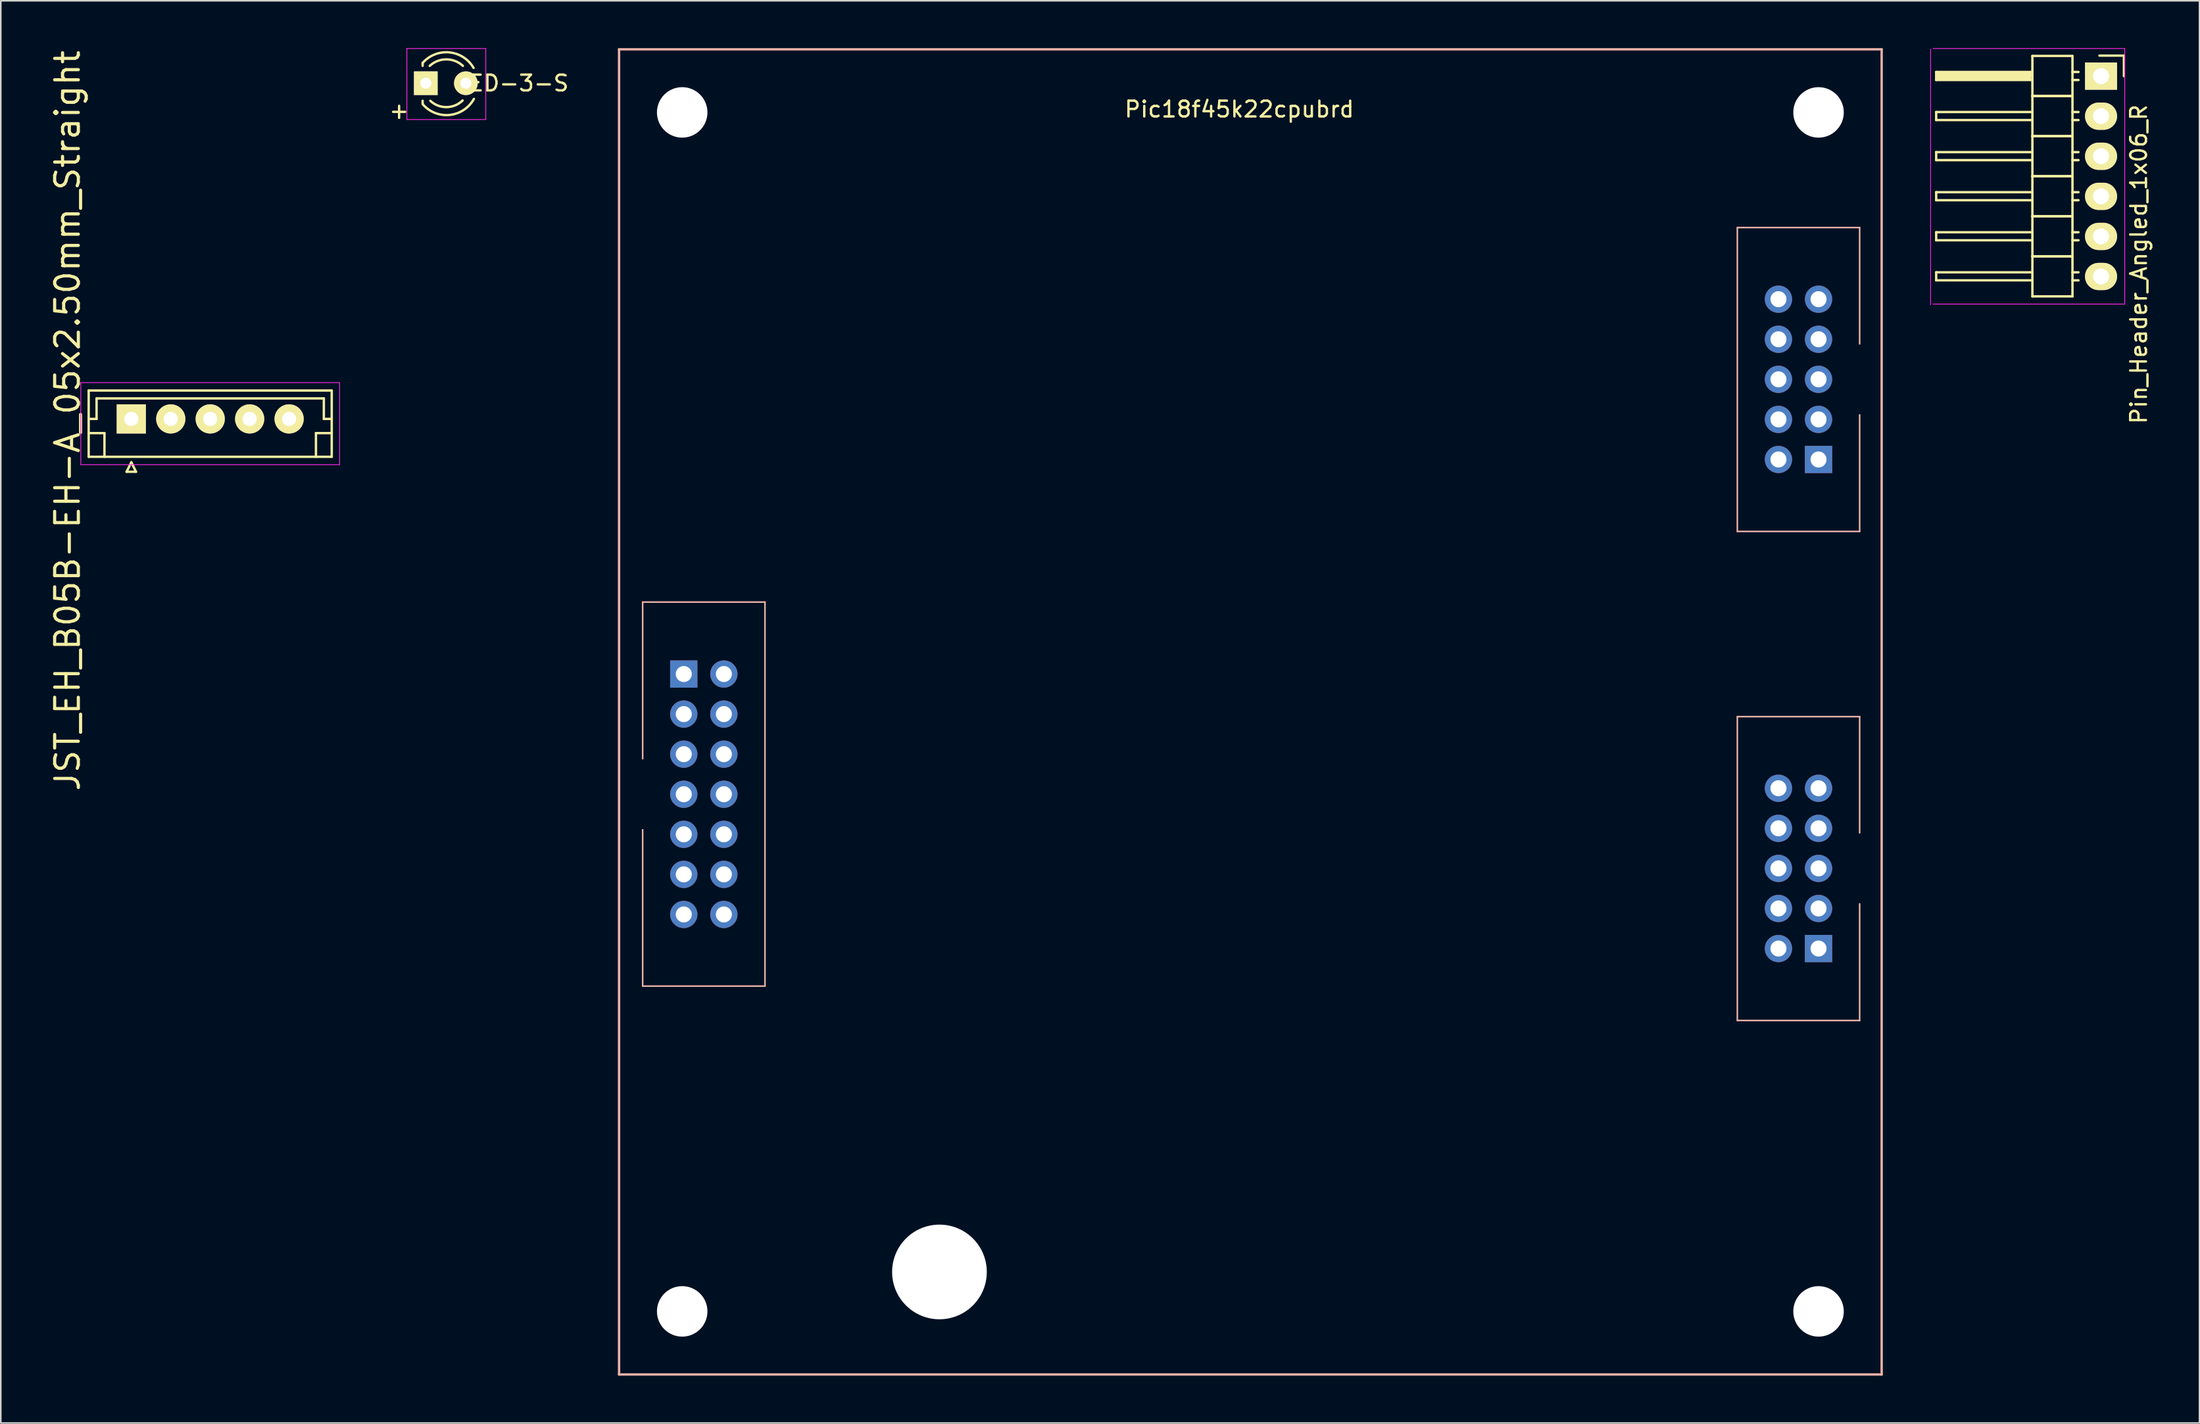
<source format=kicad_pcb>
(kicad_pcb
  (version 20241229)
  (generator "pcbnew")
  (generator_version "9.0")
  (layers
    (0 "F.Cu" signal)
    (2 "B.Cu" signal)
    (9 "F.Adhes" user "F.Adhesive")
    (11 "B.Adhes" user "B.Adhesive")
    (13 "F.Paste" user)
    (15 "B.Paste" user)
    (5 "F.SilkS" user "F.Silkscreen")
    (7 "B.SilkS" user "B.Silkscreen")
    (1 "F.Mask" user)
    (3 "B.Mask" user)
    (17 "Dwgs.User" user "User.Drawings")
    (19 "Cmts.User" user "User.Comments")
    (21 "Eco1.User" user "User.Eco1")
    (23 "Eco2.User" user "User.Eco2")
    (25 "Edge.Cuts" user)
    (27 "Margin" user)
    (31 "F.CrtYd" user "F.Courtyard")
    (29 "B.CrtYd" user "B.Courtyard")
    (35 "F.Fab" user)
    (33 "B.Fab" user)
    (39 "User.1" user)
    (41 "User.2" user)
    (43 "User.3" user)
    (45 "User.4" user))
  (footprint "Pin_Header_Angled_1x06_R"
    (layer "F.Cu")
    (at 130.075 1.775)
    (property "Reference" "Pin_Header_Angled_1x06_R" (at 2.39 11.92 90) (layer "F.SilkS") (effects (font (size 1 1) (thickness 0.15))))
    (attr through_hole)
    (fp_line (start -10.446 -0.263) (end -4.35 -0.263) (stroke (width 0.15) (type solid)) (layer "F.SilkS"))
    (fp_line (start -10.446 0.245) (end -10.446 -0.263) (stroke (width 0.15) (type solid)) (layer "F.SilkS"))
    (fp_line (start -10.446 2.277) (end -4.35 2.277) (stroke (width 0.15) (type solid)) (layer "F.SilkS"))
    (fp_line (start -10.446 2.785) (end -10.446 2.277) (stroke (width 0.15) (type solid)) (layer "F.SilkS"))
    (fp_line (start -10.446 4.817) (end -4.35 4.817) (stroke (width 0.15) (type solid)) (layer "F.SilkS"))
    (fp_line (start -10.446 5.325) (end -10.446 4.817) (stroke (width 0.15) (type solid)) (layer "F.SilkS"))
    (fp_line (start -10.446 7.357) (end -4.35 7.357) (stroke (width 0.15) (type solid)) (layer "F.SilkS"))
    (fp_line (start -10.446 7.865) (end -10.446 7.357) (stroke (width 0.15) (type solid)) (layer "F.SilkS"))
    (fp_line (start -10.446 9.897) (end -4.35 9.897) (stroke (width 0.15) (type solid)) (layer "F.SilkS"))
    (fp_line (start -10.446 10.405) (end -10.446 9.897) (stroke (width 0.15) (type solid)) (layer "F.SilkS"))
    (fp_line (start -10.446 12.437) (end -4.35 12.437) (stroke (width 0.15) (type solid)) (layer "F.SilkS"))
    (fp_line (start -10.446 12.945) (end -10.446 12.437) (stroke (width 0.15) (type solid)) (layer "F.SilkS"))
    (fp_line (start -10.319 -0.136) (end -4.477 -0.136) (stroke (width 0.15) (type solid)) (layer "F.SilkS"))
    (fp_line (start -10.319 0.118) (end -10.319 -0.136) (stroke (width 0.15) (type solid)) (layer "F.SilkS"))
    (fp_line (start -4.477 -0.136) (end -4.477 -0.009) (stroke (width 0.15) (type solid)) (layer "F.SilkS"))
    (fp_line (start -4.477 -0.009) (end -10.319 -0.009) (stroke (width 0.15) (type solid)) (layer "F.SilkS"))
    (fp_line (start -4.477 0.118) (end -10.319 0.118) (stroke (width 0.15) (type solid)) (layer "F.SilkS"))
    (fp_line (start -4.35 -1.279) (end -4.35 1.261) (stroke (width 0.15) (type solid)) (layer "F.SilkS"))
    (fp_line (start -4.35 0.245) (end -10.446 0.245) (stroke (width 0.15) (type solid)) (layer "F.SilkS"))
    (fp_line (start -4.35 1.261) (end -4.35 3.801) (stroke (width 0.15) (type solid)) (layer "F.SilkS"))
    (fp_line (start -4.35 2.785) (end -10.446 2.785) (stroke (width 0.15) (type solid)) (layer "F.SilkS"))
    (fp_line (start -4.35 3.801) (end -4.35 6.341) (stroke (width 0.15) (type solid)) (layer "F.SilkS"))
    (fp_line (start -4.35 5.325) (end -10.446 5.325) (stroke (width 0.15) (type solid)) (layer "F.SilkS"))
    (fp_line (start -4.35 6.341) (end -4.35 8.881) (stroke (width 0.15) (type solid)) (layer "F.SilkS"))
    (fp_line (start -4.35 7.865) (end -10.446 7.865) (stroke (width 0.15) (type solid)) (layer "F.SilkS"))
    (fp_line (start -4.35 8.881) (end -4.35 11.421) (stroke (width 0.15) (type solid)) (layer "F.SilkS"))
    (fp_line (start -4.35 10.405) (end -10.446 10.405) (stroke (width 0.15) (type solid)) (layer "F.SilkS"))
    (fp_line (start -4.35 11.421) (end -4.35 13.961) (stroke (width 0.15) (type solid)) (layer "F.SilkS"))
    (fp_line (start -4.35 12.945) (end -10.446 12.945) (stroke (width 0.15) (type solid)) (layer "F.SilkS"))
    (fp_line (start -1.81 -1.279) (end -4.35 -1.279) (stroke (width 0.15) (type solid)) (layer "F.SilkS"))
    (fp_line (start -1.81 -0.263) (end -1.429 -0.263) (stroke (width 0.15) (type solid)) (layer "F.SilkS"))
    (fp_line (start -1.81 0.245) (end -1.429 0.245) (stroke (width 0.15) (type solid)) (layer "F.SilkS"))
    (fp_line (start -1.81 1.261) (end -4.35 1.261) (stroke (width 0.15) (type solid)) (layer "F.SilkS"))
    (fp_line (start -1.81 1.261) (end -4.35 1.261) (stroke (width 0.15) (type solid)) (layer "F.SilkS"))
    (fp_line (start -1.81 1.261) (end -1.81 -1.279) (stroke (width 0.15) (type solid)) (layer "F.SilkS"))
    (fp_line (start -1.81 2.277) (end -1.429 2.277) (stroke (width 0.15) (type solid)) (layer "F.SilkS"))
    (fp_line (start -1.81 2.785) (end -1.429 2.785) (stroke (width 0.15) (type solid)) (layer "F.SilkS"))
    (fp_line (start -1.81 3.801) (end -4.35 3.801) (stroke (width 0.15) (type solid)) (layer "F.SilkS"))
    (fp_line (start -1.81 3.801) (end -4.35 3.801) (stroke (width 0.15) (type solid)) (layer "F.SilkS"))
    (fp_line (start -1.81 3.801) (end -1.81 1.261) (stroke (width 0.15) (type solid)) (layer "F.SilkS"))
    (fp_line (start -1.81 4.817) (end -1.429 4.817) (stroke (width 0.15) (type solid)) (layer "F.SilkS"))
    (fp_line (start -1.81 5.325) (end -1.429 5.325) (stroke (width 0.15) (type solid)) (layer "F.SilkS"))
    (fp_line (start -1.81 6.341) (end -4.35 6.341) (stroke (width 0.15) (type solid)) (layer "F.SilkS"))
    (fp_line (start -1.81 6.341) (end -4.35 6.341) (stroke (width 0.15) (type solid)) (layer "F.SilkS"))
    (fp_line (start -1.81 6.341) (end -1.81 3.801) (stroke (width 0.15) (type solid)) (layer "F.SilkS"))
    (fp_line (start -1.81 7.357) (end -1.429 7.357) (stroke (width 0.15) (type solid)) (layer "F.SilkS"))
    (fp_line (start -1.81 7.865) (end -1.429 7.865) (stroke (width 0.15) (type solid)) (layer "F.SilkS"))
    (fp_line (start -1.81 8.881) (end -4.35 8.881) (stroke (width 0.15) (type solid)) (layer "F.SilkS"))
    (fp_line (start -1.81 8.881) (end -4.35 8.881) (stroke (width 0.15) (type solid)) (layer "F.SilkS"))
    (fp_line (start -1.81 8.881) (end -1.81 6.341) (stroke (width 0.15) (type solid)) (layer "F.SilkS"))
    (fp_line (start -1.81 9.897) (end -1.429 9.897) (stroke (width 0.15) (type solid)) (layer "F.SilkS"))
    (fp_line (start -1.81 10.405) (end -1.429 10.405) (stroke (width 0.15) (type solid)) (layer "F.SilkS"))
    (fp_line (start -1.81 11.421) (end -4.35 11.421) (stroke (width 0.15) (type solid)) (layer "F.SilkS"))
    (fp_line (start -1.81 11.421) (end -4.35 11.421) (stroke (width 0.15) (type solid)) (layer "F.SilkS"))
    (fp_line (start -1.81 11.421) (end -1.81 8.881) (stroke (width 0.15) (type solid)) (layer "F.SilkS"))
    (fp_line (start -1.81 12.437) (end -1.429 12.437) (stroke (width 0.15) (type solid)) (layer "F.SilkS"))
    (fp_line (start -1.81 12.945) (end -1.429 12.945) (stroke (width 0.15) (type solid)) (layer "F.SilkS"))
    (fp_line (start -1.81 13.961) (end -4.35 13.961) (stroke (width 0.15) (type solid)) (layer "F.SilkS"))
    (fp_line (start -1.81 13.961) (end -1.81 11.421) (stroke (width 0.15) (type solid)) (layer "F.SilkS"))
    (fp_line (start 1.45 -1.3) (end -0.1 -1.3) (stroke (width 0.15) (type solid)) (layer "F.SilkS"))
    (fp_line (start 1.45 0) (end 1.45 -1.3) (stroke (width 0.15) (type solid)) (layer "F.SilkS"))
    (fp_line (start -10.8 14.5) (end -10.8 -1.7) (stroke (width 0.05) (type solid)) (layer "F.CrtYd"))
    (fp_line (start 1.5 -1.75) (end -10.65 -1.75) (stroke (width 0.05) (type solid)) (layer "F.CrtYd"))
    (fp_line (start 1.5 14.45) (end -10.65 14.45) (stroke (width 0.05) (type solid)) (layer "F.CrtYd"))
    (fp_line (start 1.5 14.45) (end 1.5 -1.75) (stroke (width 0.05) (type solid)) (layer "F.CrtYd"))
    (pad "1" thru_hole rect (at 0 0) (size 2.032 1.727) (drill 1.016) (layers "*.Cu" "*.Mask" "F.SilkS"))
    (pad "2" thru_hole oval (at 0 2.54) (size 2.032 1.727) (drill 1.016) (layers "*.Cu" "*.Mask" "F.SilkS"))
    (pad "3" thru_hole oval (at 0 5.08) (size 2.032 1.727) (drill 1.016) (layers "*.Cu" "*.Mask" "F.SilkS"))
    (pad "4" thru_hole oval (at 0 7.62) (size 2.032 1.727) (drill 1.016) (layers "*.Cu" "*.Mask" "F.SilkS"))
    (pad "5" thru_hole oval (at 0 10.16) (size 2.032 1.727) (drill 1.016) (layers "*.Cu" "*.Mask" "F.SilkS"))
    (pad "6" thru_hole oval (at 0 12.7) (size 2.032 1.727) (drill 1.016) (layers "*.Cu" "*.Mask" "F.SilkS")))
  (footprint "LED-3-S"
    (layer "F.Cu")
    (at 23.928 2.225)
    (property "Reference" "LED-3-S" (at 5.5 0 0) (layer "F.SilkS") (effects (font (size 1 1) (thickness 0.15))))
    (attr through_hole)
    (fp_line (start -0.199 -1.28) (end -0.199 -1.1) (stroke (width 0.15) (type solid)) (layer "F.SilkS"))
    (fp_line (start -0.199 1.314) (end -0.199 1.114) (stroke (width 0.15) (type solid)) (layer "F.SilkS"))
    (fp_arc (start -0.199 -1.286) (mid 1.495903 -1.954571) (end 3.028744 -0.969643) (stroke (width 0.15) (type solid)) (layer "F.SilkS"))
    (fp_arc (start 0.25 -1.1) (mid 1.301686 -1.512142) (end 2.353005 -1.099067) (stroke (width 0.15) (type solid)) (layer "F.SilkS"))
    (fp_arc (start 2.335 1.094) (mid 1.31492 1.51473) (end 0.287111 1.113252) (stroke (width 0.15) (type solid)) (layer "F.SilkS"))
    (fp_arc (start 3.051 0.994) (mid 1.522637 2.009958) (end -0.18622 1.340726) (stroke (width 0.15) (type solid)) (layer "F.SilkS"))
    (fp_line (start -1.2 -2.2) (end -1.2 2.3) (stroke (width 0.05) (type solid)) (layer "F.CrtYd"))
    (fp_line (start -1.2 2.3) (end 3.8 2.3) (stroke (width 0.05) (type solid)) (layer "F.CrtYd"))
    (fp_line (start 3.8 -2.2) (end -1.2 -2.2) (stroke (width 0.05) (type solid)) (layer "F.CrtYd"))
    (fp_line (start 3.8 2.3) (end 3.8 -2.2) (stroke (width 0.05) (type solid)) (layer "F.CrtYd"))
    (fp_text user "+" (at -1.69 1.74 0) (layer "F.SilkS") (effects (font (size 1 1) (thickness 0.15))))
    (pad "1" thru_hole rect (at 0 0 90) (size 1.5 1.5) (drill 0.7) (layers "*.Cu" "*.Mask" "F.SilkS"))
    (pad "2" thru_hole circle (at 2.54 0) (size 1.5 1.5) (drill 0.7) (layers "*.Cu" "*.Mask" "F.SilkS")))
  (footprint "Pic18f45k22cpubrd"
    (layer "F.Cu")
    (at 40.175 4.075)
    (property "Reference" "Pic18f45k22cpubrd" (at 35.3 -0.2 180) (layer "F.SilkS") (effects (font (size 1 1) (thickness 0.15))))
    (attr through_hole)
    (fp_line (start -4 -4) (end -4 80) (stroke (width 0.15) (type solid)) (layer "B.SilkS"))
    (fp_line (start -4 80) (end 76 80) (stroke (width 0.15) (type solid)) (layer "B.SilkS"))
    (fp_line (start -2.505 31.04) (end -2.505 40.97) (stroke (width 0.1) (type solid)) (layer "B.SilkS"))
    (fp_line (start -2.505 45.47) (end -2.505 55.38) (stroke (width 0.1) (type solid)) (layer "B.SilkS"))
    (fp_line (start 5.245 31.04) (end -2.505 31.04) (stroke (width 0.1) (type solid)) (layer "B.SilkS"))
    (fp_line (start 5.245 31.04) (end 5.245 55.38) (stroke (width 0.1) (type solid)) (layer "B.SilkS"))
    (fp_line (start 5.245 55.38) (end -2.505 55.38) (stroke (width 0.1) (type solid)) (layer "B.SilkS"))
    (fp_line (start 66.855 7.3) (end 74.605 7.3) (stroke (width 0.1) (type solid)) (layer "B.SilkS"))
    (fp_line (start 66.855 26.56) (end 66.855 7.3) (stroke (width 0.1) (type solid)) (layer "B.SilkS"))
    (fp_line (start 66.855 26.56) (end 74.605 26.56) (stroke (width 0.1) (type solid)) (layer "B.SilkS"))
    (fp_line (start 66.855 38.3) (end 74.605 38.3) (stroke (width 0.1) (type solid)) (layer "B.SilkS"))
    (fp_line (start 66.855 57.56) (end 66.855 38.3) (stroke (width 0.1) (type solid)) (layer "B.SilkS"))
    (fp_line (start 66.855 57.56) (end 74.605 57.56) (stroke (width 0.1) (type solid)) (layer "B.SilkS"))
    (fp_line (start 74.605 14.67) (end 74.605 7.3) (stroke (width 0.1) (type solid)) (layer "B.SilkS"))
    (fp_line (start 74.605 26.56) (end 74.605 19.17) (stroke (width 0.1) (type solid)) (layer "B.SilkS"))
    (fp_line (start 74.605 45.67) (end 74.605 38.3) (stroke (width 0.1) (type solid)) (layer "B.SilkS"))
    (fp_line (start 74.605 57.56) (end 74.605 50.17) (stroke (width 0.1) (type solid)) (layer "B.SilkS"))
    (fp_line (start 76 -4) (end -4 -4) (stroke (width 0.15) (type solid)) (layer "B.SilkS"))
    (fp_line (start 76 80) (end 76 -4) (stroke (width 0.15) (type solid)) (layer "B.SilkS"))
    (pad "" np_thru_hole circle (at 0 0) (size 3.2 3.2) (drill 3.2) (layers "*.Cu" "*.Mask"))
    (pad "" np_thru_hole circle (at 0 76) (size 3.2 3.2) (drill 3.2) (layers "*.Cu" "*.Mask"))
    (pad "" np_thru_hole circle (at 16.3 73.5) (size 6 6) (drill 6) (layers "*.Cu" "*.Mask"))
    (pad "" np_thru_hole circle (at 72 0) (size 3.2 3.2) (drill 3.2) (layers "*.Cu" "*.Mask"))
    (pad "" np_thru_hole circle (at 72 76) (size 3.2 3.2) (drill 3.2) (layers "*.Cu" "*.Mask"))
    (pad "1" thru_hole rect (at 72 22 180) (size 1.727 1.727) (drill 1.016) (layers "*.Cu" "*.Mask"))
    (pad "2" thru_hole oval (at 69.46 22 180) (size 1.727 1.727) (drill 1.016) (layers "*.Cu" "*.Mask"))
    (pad "3" thru_hole oval (at 72 19.46 180) (size 1.727 1.727) (drill 1.016) (layers "*.Cu" "*.Mask"))
    (pad "4" thru_hole oval (at 69.46 19.46 180) (size 1.727 1.727) (drill 1.016) (layers "*.Cu" "*.Mask"))
    (pad "5" thru_hole oval (at 72 16.92 180) (size 1.727 1.727) (drill 1.016) (layers "*.Cu" "*.Mask"))
    (pad "6" thru_hole oval (at 69.46 16.92 180) (size 1.727 1.727) (drill 1.016) (layers "*.Cu" "*.Mask"))
    (pad "7" thru_hole oval (at 72 14.38 180) (size 1.727 1.727) (drill 1.016) (layers "*.Cu" "*.Mask"))
    (pad "8" thru_hole oval (at 69.46 14.38 180) (size 1.727 1.727) (drill 1.016) (layers "*.Cu" "*.Mask"))
    (pad "9" thru_hole oval (at 72 11.84 180) (size 1.727 1.727) (drill 1.016) (layers "*.Cu" "*.Mask"))
    (pad "10" thru_hole oval (at 69.46 11.84 180) (size 1.727 1.727) (drill 1.016) (layers "*.Cu" "*.Mask"))
    (pad "11" thru_hole rect (at 72 53 180) (size 1.727 1.727) (drill 1.016) (layers "*.Cu" "*.Mask"))
    (pad "12" thru_hole oval (at 69.46 53 180) (size 1.727 1.727) (drill 1.016) (layers "*.Cu" "*.Mask"))
    (pad "13" thru_hole oval (at 72 50.46 180) (size 1.727 1.727) (drill 1.016) (layers "*.Cu" "*.Mask"))
    (pad "14" thru_hole oval (at 69.46 50.46 180) (size 1.727 1.727) (drill 1.016) (layers "*.Cu" "*.Mask"))
    (pad "15" thru_hole oval (at 72 47.92 180) (size 1.727 1.727) (drill 1.016) (layers "*.Cu" "*.Mask"))
    (pad "16" thru_hole oval (at 69.46 47.92 180) (size 1.727 1.727) (drill 1.016) (layers "*.Cu" "*.Mask"))
    (pad "17" thru_hole oval (at 72 45.38 180) (size 1.727 1.727) (drill 1.016) (layers "*.Cu" "*.Mask"))
    (pad "18" thru_hole oval (at 69.46 45.38 180) (size 1.727 1.727) (drill 1.016) (layers "*.Cu" "*.Mask"))
    (pad "19" thru_hole oval (at 72 42.84 180) (size 1.727 1.727) (drill 1.016) (layers "*.Cu" "*.Mask"))
    (pad "20" thru_hole oval (at 69.46 42.84 180) (size 1.727 1.727) (drill 1.016) (layers "*.Cu" "*.Mask"))
    (pad "21" thru_hole rect (at 0.1 35.6) (size 1.727 1.727) (drill 1.016) (layers "*.Cu" "*.Mask"))
    (pad "22" thru_hole oval (at 2.64 35.6) (size 1.727 1.727) (drill 1.016) (layers "*.Cu" "*.Mask"))
    (pad "23" thru_hole oval (at 0.1 38.14) (size 1.727 1.727) (drill 1.016) (layers "*.Cu" "*.Mask"))
    (pad "24" thru_hole oval (at 2.64 38.14) (size 1.727 1.727) (drill 1.016) (layers "*.Cu" "*.Mask"))
    (pad "25" thru_hole oval (at 0.1 40.68) (size 1.727 1.727) (drill 1.016) (layers "*.Cu" "*.Mask"))
    (pad "26" thru_hole oval (at 2.64 40.68) (size 1.727 1.727) (drill 1.016) (layers "*.Cu" "*.Mask"))
    (pad "27" thru_hole oval (at 0.1 43.22) (size 1.727 1.727) (drill 1.016) (layers "*.Cu" "*.Mask"))
    (pad "28" thru_hole oval (at 2.64 43.22) (size 1.727 1.727) (drill 1.016) (layers "*.Cu" "*.Mask"))
    (pad "29" thru_hole oval (at 0.1 45.76) (size 1.727 1.727) (drill 1.016) (layers "*.Cu" "*.Mask"))
    (pad "30" thru_hole oval (at 2.64 45.76) (size 1.727 1.727) (drill 1.016) (layers "*.Cu" "*.Mask"))
    (pad "31" thru_hole oval (at 0.1 48.3) (size 1.727 1.727) (drill 1.016) (layers "*.Cu" "*.Mask"))
    (pad "32" thru_hole oval (at 2.64 48.3) (size 1.727 1.727) (drill 1.016) (layers "*.Cu" "*.Mask"))
    (pad "33" thru_hole oval (at 0.1 50.84) (size 1.727 1.727) (drill 1.016) (layers "*.Cu" "*.Mask"))
    (pad "34" thru_hole oval (at 2.64 50.84) (size 1.727 1.727) (drill 1.016) (layers "*.Cu" "*.Mask")))
  (footprint "JST_EH_B05B-EH-A_05x2.50mm_Straight"
    (layer "F.Cu")
    (at 5.269 23.504)
    (property "Reference" "JST_EH_B05B-EH-A_05x2.50mm_Straight" (at -4.04 0.11 90) (layer "F.SilkS") (effects (font (size 1.5 1.5) (thickness 0.2))))
    (attr through_hole)
    (fp_line (start -2.7 -1.8) (end -2.7 2.4) (stroke (width 0.15) (type solid)) (layer "F.SilkS"))
    (fp_line (start -2.7 0) (end -2.2 0) (stroke (width 0.15) (type solid)) (layer "F.SilkS"))
    (fp_line (start -2.7 0.9) (end -1.7 0.9) (stroke (width 0.15) (type solid)) (layer "F.SilkS"))
    (fp_line (start -2.7 2.4) (end 12.7 2.4) (stroke (width 0.15) (type solid)) (layer "F.SilkS"))
    (fp_line (start -2.2 -1.3) (end 12.2 -1.3) (stroke (width 0.15) (type solid)) (layer "F.SilkS"))
    (fp_line (start -2.2 0) (end -2.2 -1.3) (stroke (width 0.15) (type solid)) (layer "F.SilkS"))
    (fp_line (start -1.7 0.9) (end -1.7 2.4) (stroke (width 0.15) (type solid)) (layer "F.SilkS"))
    (fp_line (start -0.3 3.35) (end 0.3 3.35) (stroke (width 0.15) (type solid)) (layer "F.SilkS"))
    (fp_line (start 0 2.75) (end -0.3 3.35) (stroke (width 0.15) (type solid)) (layer "F.SilkS"))
    (fp_line (start 0.3 3.35) (end 0 2.75) (stroke (width 0.15) (type solid)) (layer "F.SilkS"))
    (fp_line (start 11.7 0.9) (end 11.7 2.4) (stroke (width 0.15) (type solid)) (layer "F.SilkS"))
    (fp_line (start 12.2 -1.3) (end 12.2 0) (stroke (width 0.15) (type solid)) (layer "F.SilkS"))
    (fp_line (start 12.2 0) (end 12.7 0) (stroke (width 0.15) (type solid)) (layer "F.SilkS"))
    (fp_line (start 12.7 -1.8) (end -2.7 -1.8) (stroke (width 0.15) (type solid)) (layer "F.SilkS"))
    (fp_line (start 12.7 0.9) (end 11.7 0.9) (stroke (width 0.15) (type solid)) (layer "F.SilkS"))
    (fp_line (start 12.7 2.4) (end 12.7 -1.8) (stroke (width 0.15) (type solid)) (layer "F.SilkS"))
    (fp_line (start -3.2 -2.3) (end -3.2 2.9) (stroke (width 0.05) (type solid)) (layer "F.CrtYd"))
    (fp_line (start -3.2 2.9) (end 13.2 2.9) (stroke (width 0.05) (type solid)) (layer "F.CrtYd"))
    (fp_line (start 13.2 -2.3) (end -3.2 -2.3) (stroke (width 0.05) (type solid)) (layer "F.CrtYd"))
    (fp_line (start 13.2 2.9) (end 13.2 -2.3) (stroke (width 0.05) (type solid)) (layer "F.CrtYd"))
    (pad "1" thru_hole rect (at 0 0) (size 1.85 1.85) (drill 0.9) (layers "*.Cu" "*.Mask" "F.SilkS"))
    (pad "2" thru_hole circle (at 2.5 0) (size 1.85 1.85) (drill 0.9) (layers "*.Cu" "*.Mask" "F.SilkS"))
    (pad "3" thru_hole circle (at 5 0) (size 1.85 1.85) (drill 0.9) (layers "*.Cu" "*.Mask" "F.SilkS"))
    (pad "4" thru_hole circle (at 7.5 0) (size 1.85 1.85) (drill 0.9) (layers "*.Cu" "*.Mask" "F.SilkS"))
    (pad "5" thru_hole circle (at 10 0) (size 1.85 1.85) (drill 0.9) (layers "*.Cu" "*.Mask" "F.SilkS")))
  (gr_rect
    (start -3 -3)
    (end 136.313 87.15)
    (stroke (width 0.1) (type default))
    (fill no)
    (layer "Edge.Cuts")))
</source>
